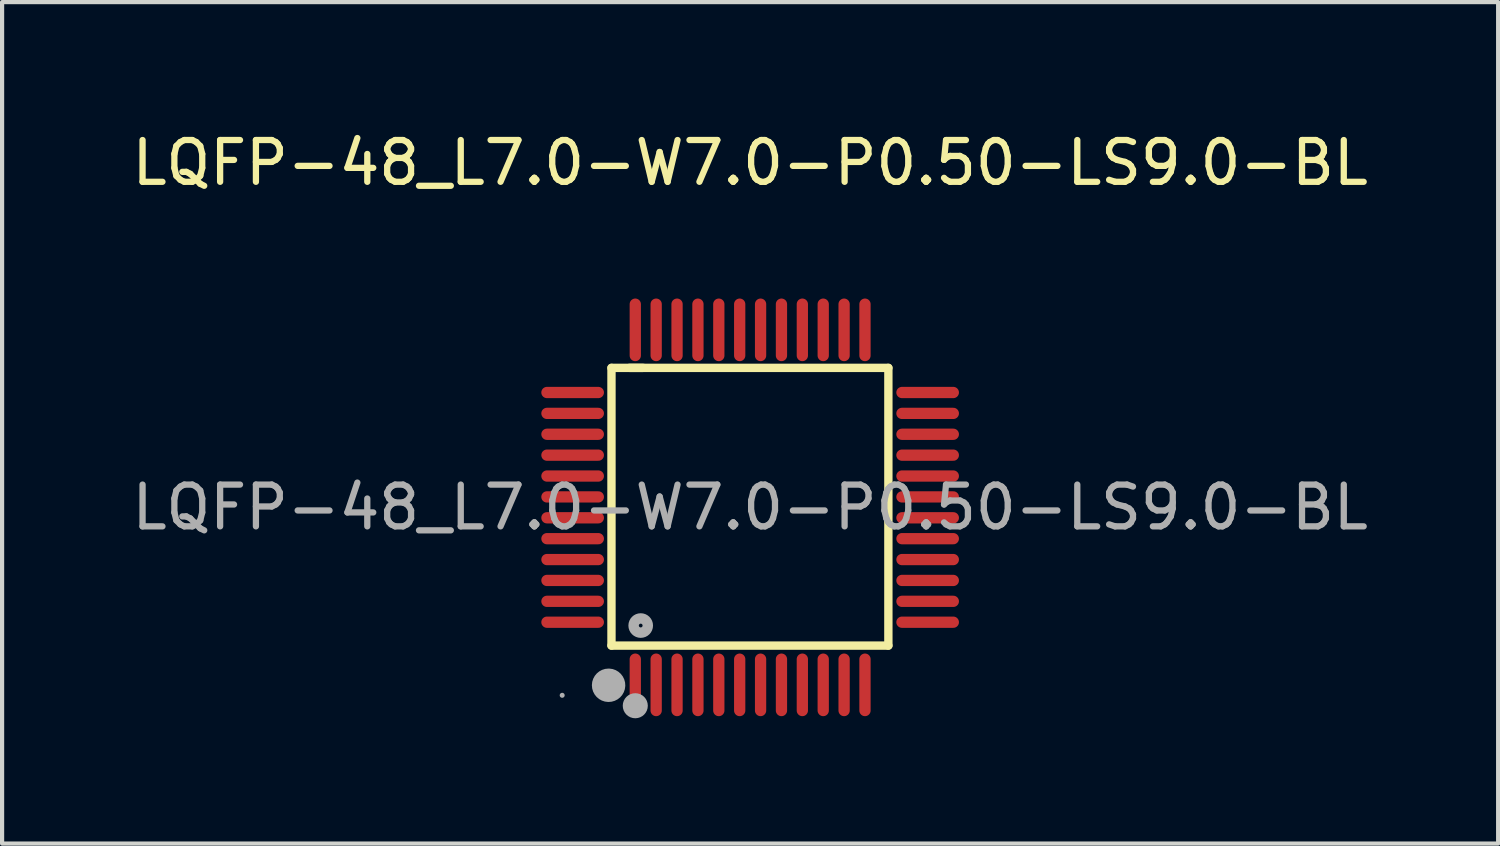
<source format=kicad_pcb>
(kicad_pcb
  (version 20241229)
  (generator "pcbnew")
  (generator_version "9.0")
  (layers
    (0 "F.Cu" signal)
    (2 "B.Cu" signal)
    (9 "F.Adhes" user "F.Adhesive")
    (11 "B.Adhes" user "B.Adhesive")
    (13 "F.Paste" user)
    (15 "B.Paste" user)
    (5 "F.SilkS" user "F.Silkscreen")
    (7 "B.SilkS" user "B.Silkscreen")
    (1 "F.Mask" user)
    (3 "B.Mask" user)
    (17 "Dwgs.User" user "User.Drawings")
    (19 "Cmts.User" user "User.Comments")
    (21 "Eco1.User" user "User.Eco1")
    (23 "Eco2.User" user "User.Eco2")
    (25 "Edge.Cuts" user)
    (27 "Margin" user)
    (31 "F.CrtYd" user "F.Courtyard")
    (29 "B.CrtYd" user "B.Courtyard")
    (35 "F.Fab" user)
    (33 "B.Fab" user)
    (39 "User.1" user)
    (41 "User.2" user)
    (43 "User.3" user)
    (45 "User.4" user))
  (footprint "LQFP-48_L7.0-W7.0-P0.50-LS9.0-BL"
    (layer "F.Cu")
    (at 14.911 9.098)
    (property "Reference" "LQFP-48_L7.0-W7.0-P0.50-LS9.0-BL" (at 0 -8.25 0) (layer "F.SilkS") (effects (font (size 1 1) (thickness 0.15))))
    (attr smd)
    (fp_line (start -3.32 -3.34) (end -2.56 -3.34) (stroke (width 0.2) (type solid)) (layer "F.SilkS"))
    (fp_line (start -3.32 3.31) (end -3.32 -3.34) (stroke (width 0.2) (type solid)) (layer "F.SilkS"))
    (fp_line (start -2.89 -3.34) (end 3.31 -3.34) (stroke (width 0.2) (type solid)) (layer "F.SilkS"))
    (fp_line (start 3.31 -3.34) (end 3.31 3.31) (stroke (width 0.2) (type solid)) (layer "F.SilkS"))
    (fp_line (start 3.31 3.31) (end -3.32 3.31) (stroke (width 0.2) (type solid)) (layer "F.SilkS"))
    (fp_arc (start -3.38 4.06) (mid -3.394988 4.460188) (end -3.390027 4.05975) (stroke (width 0.4) (type solid)) (layer "F.Fab"))
    (fp_circle (center -4.5 4.5) (end -4.47 4.5) (stroke (width 0.06) (type solid)) (fill no) (layer "F.Fab"))
    (fp_circle (center -2.75 4.75) (end -2.6 4.75) (stroke (width 0.3) (type solid)) (fill no) (layer "F.Fab"))
    (fp_circle (center -2.62 2.83) (end -2.45 2.83) (stroke (width 0.25) (type solid)) (fill no) (layer "F.Fab"))
    (fp_text user "${REFERENCE}" (at 0 0 0) (layer "F.Fab") (effects (font (size 1 1) (thickness 0.15))))
    (pad "1" smd oval (at -2.75 4.25) (size 0.27 1.5) (layers "F.Cu" "F.Mask" "F.Paste"))
    (pad "2" smd oval (at -2.25 4.25) (size 0.27 1.5) (layers "F.Cu" "F.Mask" "F.Paste"))
    (pad "3" smd oval (at -1.75 4.25) (size 0.27 1.5) (layers "F.Cu" "F.Mask" "F.Paste"))
    (pad "4" smd oval (at -1.25 4.25) (size 0.27 1.5) (layers "F.Cu" "F.Mask" "F.Paste"))
    (pad "5" smd oval (at -0.75 4.25) (size 0.27 1.5) (layers "F.Cu" "F.Mask" "F.Paste"))
    (pad "6" smd oval (at -0.25 4.25) (size 0.27 1.5) (layers "F.Cu" "F.Mask" "F.Paste"))
    (pad "7" smd oval (at 0.25 4.25) (size 0.27 1.5) (layers "F.Cu" "F.Mask" "F.Paste"))
    (pad "8" smd oval (at 0.75 4.25) (size 0.27 1.5) (layers "F.Cu" "F.Mask" "F.Paste"))
    (pad "9" smd oval (at 1.25 4.25) (size 0.27 1.5) (layers "F.Cu" "F.Mask" "F.Paste"))
    (pad "10" smd oval (at 1.75 4.25) (size 0.27 1.5) (layers "F.Cu" "F.Mask" "F.Paste"))
    (pad "11" smd oval (at 2.25 4.25) (size 0.27 1.5) (layers "F.Cu" "F.Mask" "F.Paste"))
    (pad "12" smd oval (at 2.75 4.25) (size 0.27 1.5) (layers "F.Cu" "F.Mask" "F.Paste"))
    (pad "13" smd oval (at 4.25 2.75) (size 1.5 0.27) (layers "F.Cu" "F.Mask" "F.Paste"))
    (pad "14" smd oval (at 4.25 2.25) (size 1.5 0.27) (layers "F.Cu" "F.Mask" "F.Paste"))
    (pad "15" smd oval (at 4.25 1.75) (size 1.5 0.27) (layers "F.Cu" "F.Mask" "F.Paste"))
    (pad "16" smd oval (at 4.25 1.25) (size 1.5 0.27) (layers "F.Cu" "F.Mask" "F.Paste"))
    (pad "17" smd oval (at 4.25 0.75) (size 1.5 0.27) (layers "F.Cu" "F.Mask" "F.Paste"))
    (pad "18" smd oval (at 4.25 0.25) (size 1.5 0.27) (layers "F.Cu" "F.Mask" "F.Paste"))
    (pad "19" smd oval (at 4.25 -0.25) (size 1.5 0.27) (layers "F.Cu" "F.Mask" "F.Paste"))
    (pad "20" smd oval (at 4.25 -0.75) (size 1.5 0.27) (layers "F.Cu" "F.Mask" "F.Paste"))
    (pad "21" smd oval (at 4.25 -1.25) (size 1.5 0.27) (layers "F.Cu" "F.Mask" "F.Paste"))
    (pad "22" smd oval (at 4.25 -1.75) (size 1.5 0.27) (layers "F.Cu" "F.Mask" "F.Paste"))
    (pad "23" smd oval (at 4.25 -2.25) (size 1.5 0.27) (layers "F.Cu" "F.Mask" "F.Paste"))
    (pad "24" smd oval (at 4.25 -2.75) (size 1.5 0.27) (layers "F.Cu" "F.Mask" "F.Paste"))
    (pad "25" smd oval (at 2.75 -4.25) (size 0.27 1.5) (layers "F.Cu" "F.Mask" "F.Paste"))
    (pad "26" smd oval (at 2.25 -4.25) (size 0.27 1.5) (layers "F.Cu" "F.Mask" "F.Paste"))
    (pad "27" smd oval (at 1.75 -4.25) (size 0.27 1.5) (layers "F.Cu" "F.Mask" "F.Paste"))
    (pad "28" smd oval (at 1.25 -4.25) (size 0.27 1.5) (layers "F.Cu" "F.Mask" "F.Paste"))
    (pad "29" smd oval (at 0.75 -4.25) (size 0.27 1.5) (layers "F.Cu" "F.Mask" "F.Paste"))
    (pad "30" smd oval (at 0.25 -4.25) (size 0.27 1.5) (layers "F.Cu" "F.Mask" "F.Paste"))
    (pad "31" smd oval (at -0.25 -4.25) (size 0.27 1.5) (layers "F.Cu" "F.Mask" "F.Paste"))
    (pad "32" smd oval (at -0.75 -4.25) (size 0.27 1.5) (layers "F.Cu" "F.Mask" "F.Paste"))
    (pad "33" smd oval (at -1.25 -4.25) (size 0.27 1.5) (layers "F.Cu" "F.Mask" "F.Paste"))
    (pad "34" smd oval (at -1.75 -4.25) (size 0.27 1.5) (layers "F.Cu" "F.Mask" "F.Paste"))
    (pad "35" smd oval (at -2.25 -4.25) (size 0.27 1.5) (layers "F.Cu" "F.Mask" "F.Paste"))
    (pad "36" smd oval (at -2.75 -4.25) (size 0.27 1.5) (layers "F.Cu" "F.Mask" "F.Paste"))
    (pad "37" smd oval (at -4.25 -2.75) (size 1.5 0.27) (layers "F.Cu" "F.Mask" "F.Paste"))
    (pad "38" smd oval (at -4.25 -2.25) (size 1.5 0.27) (layers "F.Cu" "F.Mask" "F.Paste"))
    (pad "39" smd oval (at -4.25 -1.75) (size 1.5 0.27) (layers "F.Cu" "F.Mask" "F.Paste"))
    (pad "40" smd oval (at -4.25 -1.25) (size 1.5 0.27) (layers "F.Cu" "F.Mask" "F.Paste"))
    (pad "41" smd oval (at -4.25 -0.75) (size 1.5 0.27) (layers "F.Cu" "F.Mask" "F.Paste"))
    (pad "42" smd oval (at -4.25 -0.25) (size 1.5 0.27) (layers "F.Cu" "F.Mask" "F.Paste"))
    (pad "43" smd oval (at -4.25 0.25) (size 1.5 0.27) (layers "F.Cu" "F.Mask" "F.Paste"))
    (pad "44" smd oval (at -4.25 0.75) (size 1.5 0.27) (layers "F.Cu" "F.Mask" "F.Paste"))
    (pad "45" smd oval (at -4.25 1.25) (size 1.5 0.27) (layers "F.Cu" "F.Mask" "F.Paste"))
    (pad "46" smd oval (at -4.25 1.75) (size 1.5 0.27) (layers "F.Cu" "F.Mask" "F.Paste"))
    (pad "47" smd oval (at -4.25 2.25) (size 1.5 0.27) (layers "F.Cu" "F.Mask" "F.Paste"))
    (pad "48" smd oval (at -4.25 2.75) (size 1.5 0.27) (layers "F.Cu" "F.Mask" "F.Paste")))
  (gr_rect
    (start -3 -3)
    (end 32.821 17.148)
    (stroke (width 0.1) (type default))
    (fill no)
    (layer "Edge.Cuts")))
</source>
